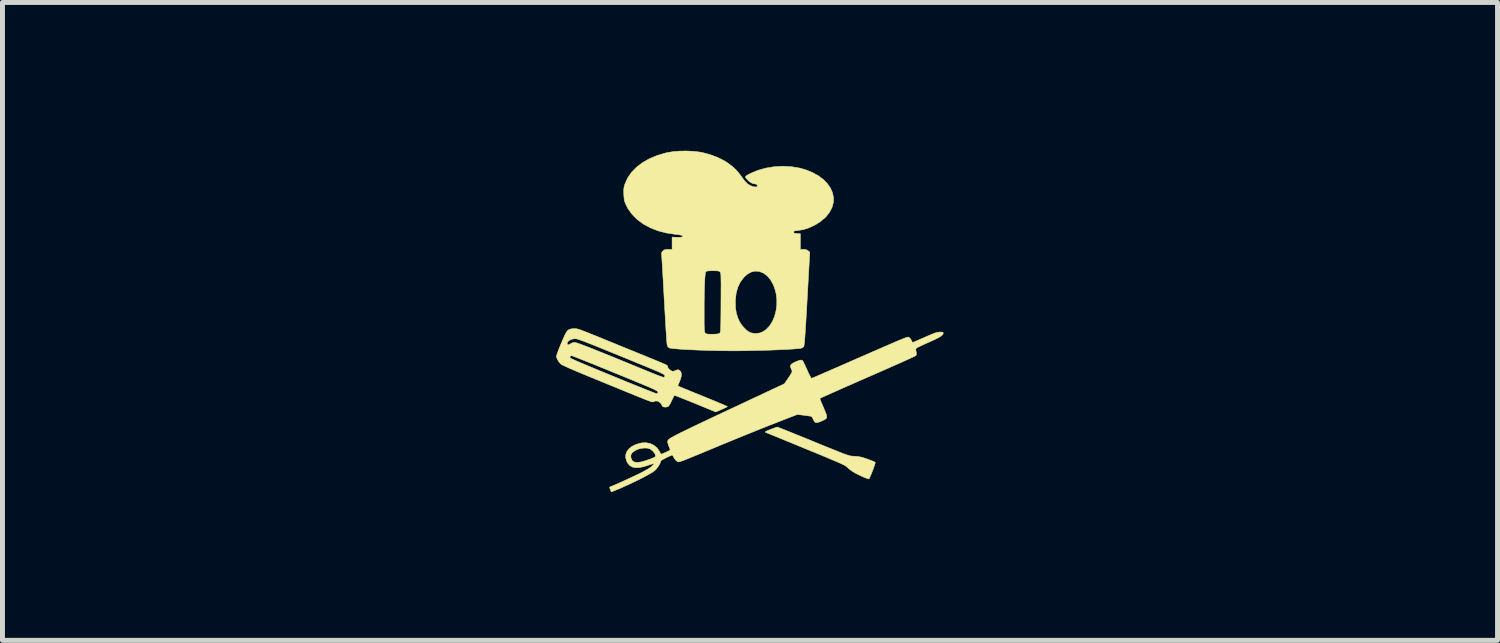
<source format=kicad_pcb>
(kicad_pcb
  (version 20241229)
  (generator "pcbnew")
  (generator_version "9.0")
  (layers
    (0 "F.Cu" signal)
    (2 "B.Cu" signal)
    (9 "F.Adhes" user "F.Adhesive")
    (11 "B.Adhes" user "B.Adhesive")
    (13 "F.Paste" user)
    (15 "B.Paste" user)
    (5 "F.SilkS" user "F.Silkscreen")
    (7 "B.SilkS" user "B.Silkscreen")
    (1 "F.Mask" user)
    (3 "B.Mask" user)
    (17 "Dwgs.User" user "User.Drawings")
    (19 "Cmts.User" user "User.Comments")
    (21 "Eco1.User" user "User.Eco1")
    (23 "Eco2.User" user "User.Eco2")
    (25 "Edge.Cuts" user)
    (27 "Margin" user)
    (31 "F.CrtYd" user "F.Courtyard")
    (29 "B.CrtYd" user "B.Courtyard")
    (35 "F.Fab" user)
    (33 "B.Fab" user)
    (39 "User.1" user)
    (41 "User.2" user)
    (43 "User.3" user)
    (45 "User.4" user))
  (footprint "kitchen_head_copper"
    (layer "F.Cu")
    (at 12.127 3.446)
    (property "Reference" "kitchen_head_copper" (at 0 0 0) (layer "F.Mask") (effects (font (size 1.524 1.524) (thickness 0.3))))
    (attr through_hole)
    (fp_poly (pts (xy 0.567 2.15) (xy 0.603 2.164) (xy 0.657 2.185) (xy 0.729 2.214) (xy 0.817 2.249) (xy 0.917 2.29) (xy 1.029 2.335) (xy 1.149 2.384) (xy 1.277 2.436) (xy 1.286 2.44) (xy 1.434 2.501) (xy 1.562 2.553) (xy 1.669 2.596) (xy 1.759 2.632) (xy 1.833 2.662) (xy 1.893 2.685) (xy 1.941 2.702) (xy 1.98 2.715) (xy 2.01 2.724) (xy 2.035 2.73) (xy 2.055 2.733) (xy 2.073 2.735) (xy 2.087 2.735) (xy 2.147 2.738) (xy 2.212 2.747) (xy 2.246 2.753) (xy 2.289 2.765) (xy 2.342 2.782) (xy 2.398 2.802) (xy 2.451 2.822) (xy 2.496 2.84) (xy 2.526 2.855) (xy 2.534 2.86) (xy 2.533 2.874) (xy 2.523 2.906) (xy 2.508 2.951) (xy 2.489 3.004) (xy 2.468 3.058) (xy 2.447 3.11) (xy 2.428 3.154) (xy 2.414 3.184) (xy 2.407 3.194) (xy 2.392 3.193) (xy 2.36 3.183) (xy 2.314 3.165) (xy 2.264 3.143) (xy 2.153 3.09) (xy 2.064 3.038) (xy 1.996 2.986) (xy 1.964 2.955) (xy 1.953 2.945) (xy 1.936 2.934) (xy 1.912 2.92) (xy 1.877 2.902) (xy 1.832 2.881) (xy 1.774 2.855) (xy 1.701 2.824) (xy 1.613 2.787) (xy 1.507 2.742) (xy 1.382 2.69) (xy 1.236 2.63) (xy 1.131 2.587) (xy 0.996 2.532) (xy 0.868 2.479) (xy 0.747 2.43) (xy 0.638 2.385) (xy 0.541 2.345) (xy 0.458 2.311) (xy 0.392 2.284) (xy 0.345 2.265) (xy 0.318 2.254) (xy 0.313 2.252) (xy 0.307 2.246) (xy 0.319 2.235) (xy 0.349 2.22) (xy 0.402 2.199) (xy 0.414 2.194) (xy 0.467 2.174) (xy 0.512 2.158) (xy 0.543 2.148) (xy 0.553 2.145) (xy 0.567 2.15)) (stroke (width 0.01) (type solid)) (fill yes) (layer "F.SilkS"))
    (fp_poly (pts (xy -3.535 0.154) (xy -3.515 0.156) (xy -3.492 0.161) (xy -3.464 0.169) (xy -3.427 0.181) (xy -3.38 0.199) (xy -3.32 0.222) (xy -3.246 0.251) (xy -3.155 0.288) (xy -3.045 0.332) (xy -2.914 0.386) (xy -2.9 0.392) (xy -2.771 0.444) (xy -2.638 0.499) (xy -2.505 0.553) (xy -2.377 0.605) (xy -2.257 0.654) (xy -2.149 0.698) (xy -2.058 0.735) (xy -2.003 0.758) (xy -1.92 0.792) (xy -1.844 0.823) (xy -1.779 0.851) (xy -1.728 0.873) (xy -1.695 0.888) (xy -1.682 0.894) (xy -1.668 0.916) (xy -1.666 0.929) (xy -1.656 0.953) (xy -1.631 0.981) (xy -1.599 1.004) (xy -1.569 1.017) (xy -1.563 1.018) (xy -1.534 1.012) (xy -1.5 0.998) (xy -1.466 0.986) (xy -1.439 0.991) (xy -1.437 0.992) (xy -1.404 1.02) (xy -1.389 1.061) (xy -1.391 1.116) (xy -1.411 1.187) (xy -1.424 1.22) (xy -1.462 1.312) (xy -1.396 1.341) (xy -1.369 1.352) (xy -1.321 1.372) (xy -1.256 1.398) (xy -1.177 1.431) (xy -1.088 1.468) (xy -0.99 1.507) (xy -0.894 1.546) (xy -0.795 1.587) (xy -0.704 1.624) (xy -0.624 1.658) (xy -0.556 1.686) (xy -0.505 1.709) (xy -0.471 1.724) (xy -0.458 1.731) (xy -0.458 1.731) (xy -0.469 1.739) (xy -0.498 1.754) (xy -0.541 1.774) (xy -0.576 1.789) (xy -0.694 1.84) (xy -1.107 1.67) (xy -1.204 1.631) (xy -1.292 1.595) (xy -1.371 1.564) (xy -1.437 1.538) (xy -1.487 1.519) (xy -1.519 1.507) (xy -1.53 1.504) (xy -1.539 1.517) (xy -1.555 1.547) (xy -1.575 1.589) (xy -1.583 1.607) (xy -1.606 1.655) (xy -1.628 1.695) (xy -1.646 1.72) (xy -1.649 1.724) (xy -1.681 1.739) (xy -1.718 1.742) (xy -1.752 1.737) (xy -1.775 1.723) (xy -1.781 1.708) (xy -1.789 1.688) (xy -1.81 1.661) (xy -1.818 1.653) (xy -1.862 1.622) (xy -1.909 1.617) (xy -1.951 1.63) (xy -1.956 1.632) (xy -1.96 1.635) (xy -1.964 1.637) (xy -1.97 1.637) (xy -1.98 1.636) (xy -1.994 1.632) (xy -2.015 1.626) (xy -2.043 1.616) (xy -2.08 1.602) (xy -2.127 1.584) (xy -2.186 1.56) (xy -2.258 1.532) (xy -2.344 1.497) (xy -2.446 1.455) (xy -2.566 1.406) (xy -2.704 1.349) (xy -2.862 1.285) (xy -3.042 1.211) (xy -3.141 1.17) (xy -3.307 1.102) (xy -3.45 1.043) (xy -3.57 0.992) (xy -3.667 0.95) (xy -3.741 0.916) (xy -3.794 0.891) (xy -3.825 0.873) (xy -3.832 0.868) (xy -3.868 0.826) (xy -3.896 0.779) (xy -3.914 0.733) (xy -3.914 0.733) (xy -3.644 0.733) (xy -3.638 0.75) (xy -3.625 0.757) (xy -3.59 0.773) (xy -3.537 0.797) (xy -3.466 0.828) (xy -3.381 0.864) (xy -3.284 0.905) (xy -3.176 0.95) (xy -3.061 0.998) (xy -2.94 1.048) (xy -2.816 1.099) (xy -2.691 1.15) (xy -2.568 1.201) (xy -2.447 1.25) (xy -2.333 1.296) (xy -2.226 1.339) (xy -2.13 1.378) (xy -2.046 1.411) (xy -1.978 1.438) (xy -1.926 1.458) (xy -1.893 1.469) (xy -1.882 1.472) (xy -1.867 1.458) (xy -1.863 1.438) (xy -1.865 1.432) (xy -1.869 1.425) (xy -1.879 1.417) (xy -1.895 1.407) (xy -1.919 1.394) (xy -1.953 1.377) (xy -1.998 1.357) (xy -2.056 1.331) (xy -2.129 1.301) (xy -2.218 1.264) (xy -2.324 1.22) (xy -2.449 1.168) (xy -2.595 1.108) (xy -2.728 1.054) (xy -2.869 0.996) (xy -3.004 0.941) (xy -3.129 0.89) (xy -3.245 0.844) (xy -3.348 0.802) (xy -3.437 0.767) (xy -3.51 0.738) (xy -3.566 0.717) (xy -3.601 0.704) (xy -3.614 0.7) (xy -3.636 0.71) (xy -3.644 0.733) (xy -3.914 0.733) (xy -3.917 0.71) (xy -3.912 0.689) (xy -3.898 0.65) (xy -3.878 0.595) (xy -3.852 0.529) (xy -3.822 0.456) (xy -3.821 0.452) (xy -3.701 0.452) (xy -3.694 0.477) (xy -3.673 0.482) (xy -3.64 0.466) (xy -3.628 0.458) (xy -3.588 0.438) (xy -3.548 0.432) (xy -3.534 0.435) (xy -3.51 0.441) (xy -3.474 0.453) (xy -3.427 0.47) (xy -3.366 0.493) (xy -3.29 0.522) (xy -3.2 0.557) (xy -3.093 0.6) (xy -2.969 0.65) (xy -2.827 0.707) (xy -2.665 0.773) (xy -2.483 0.848) (xy -2.28 0.931) (xy -2.054 1.024) (xy -2.035 1.032) (xy -1.956 1.064) (xy -1.885 1.092) (xy -1.824 1.115) (xy -1.778 1.131) (xy -1.749 1.14) (xy -1.743 1.141) (xy -1.728 1.128) (xy -1.723 1.108) (xy -1.725 1.1) (xy -1.73 1.092) (xy -1.742 1.082) (xy -1.761 1.071) (xy -1.791 1.056) (xy -1.832 1.036) (xy -1.887 1.012) (xy -1.958 0.982) (xy -2.047 0.945) (xy -2.156 0.9) (xy -2.277 0.851) (xy -2.472 0.77) (xy -2.646 0.699) (xy -2.799 0.637) (xy -2.933 0.582) (xy -3.048 0.535) (xy -3.148 0.495) (xy -3.232 0.462) (xy -3.303 0.434) (xy -3.361 0.411) (xy -3.408 0.394) (xy -3.447 0.38) (xy -3.477 0.371) (xy -3.5 0.364) (xy -3.519 0.36) (xy -3.534 0.358) (xy -3.546 0.358) (xy -3.557 0.359) (xy -3.561 0.359) (xy -3.616 0.371) (xy -3.661 0.393) (xy -3.691 0.423) (xy -3.701 0.452) (xy -3.821 0.452) (xy -3.818 0.446) (xy -3.78 0.357) (xy -3.75 0.289) (xy -3.724 0.239) (xy -3.699 0.203) (xy -3.675 0.18) (xy -3.648 0.167) (xy -3.615 0.159) (xy -3.575 0.155) (xy -3.571 0.155) (xy -3.552 0.154) (xy -3.535 0.154)) (stroke (width 0.01) (type solid)) (fill yes) (layer "F.SilkS"))
    (fp_poly (pts (xy -1.16 -3.435) (xy -1.037 -3.422) (xy -0.967 -3.41) (xy -0.812 -3.369) (xy -0.662 -3.313) (xy -0.526 -3.245) (xy -0.463 -3.206) (xy -0.363 -3.133) (xy -0.277 -3.053) (xy -0.199 -2.959) (xy -0.156 -2.898) (xy -0.105 -2.831) (xy -0.055 -2.78) (xy -0.032 -2.763) (xy 0.015 -2.737) (xy 0.063 -2.72) (xy 0.106 -2.712) (xy 0.136 -2.715) (xy 0.143 -2.72) (xy 0.151 -2.741) (xy 0.14 -2.762) (xy 0.114 -2.772) (xy 0.108 -2.773) (xy 0.047 -2.785) (xy -0.013 -2.821) (xy -0.056 -2.862) (xy -0.08 -2.89) (xy -0.092 -2.911) (xy -0.089 -2.927) (xy -0.068 -2.945) (xy -0.029 -2.967) (xy 0.006 -2.985) (xy 0.154 -3.048) (xy 0.317 -3.094) (xy 0.488 -3.122) (xy 0.663 -3.132) (xy 0.837 -3.123) (xy 1.005 -3.095) (xy 1.128 -3.06) (xy 1.266 -3.004) (xy 1.386 -2.937) (xy 1.487 -2.861) (xy 1.568 -2.777) (xy 1.629 -2.688) (xy 1.67 -2.593) (xy 1.689 -2.496) (xy 1.686 -2.398) (xy 1.66 -2.3) (xy 1.611 -2.204) (xy 1.538 -2.112) (xy 1.52 -2.093) (xy 1.426 -2.014) (xy 1.319 -1.946) (xy 1.204 -1.891) (xy 1.088 -1.852) (xy 0.979 -1.833) (xy 0.93 -1.828) (xy 0.902 -1.823) (xy 0.888 -1.815) (xy 0.884 -1.802) (xy 0.884 -1.8) (xy 0.888 -1.784) (xy 0.903 -1.776) (xy 0.935 -1.772) (xy 0.951 -1.77) (xy 1.018 -1.767) (xy 1.018 -1.45) (xy 1.08 -1.45) (xy 1.129 -1.446) (xy 1.165 -1.43) (xy 1.176 -1.421) (xy 1.209 -1.393) (xy 1.157 -0.452) (xy 1.147 -0.264) (xy 1.137 -0.101) (xy 1.129 0.039) (xy 1.121 0.159) (xy 1.115 0.258) (xy 1.109 0.34) (xy 1.104 0.404) (xy 1.099 0.452) (xy 1.094 0.487) (xy 1.09 0.508) (xy 1.087 0.518) (xy 1.061 0.54) (xy 1.027 0.552) (xy 0.988 0.557) (xy 0.928 0.562) (xy 0.851 0.568) (xy 0.761 0.573) (xy 0.661 0.578) (xy 0.557 0.583) (xy 0.452 0.587) (xy 0.35 0.591) (xy 0.318 0.591) (xy 0.161 0.595) (xy 0.026 0.598) (xy -0.092 0.601) (xy -0.197 0.602) (xy -0.293 0.603) (xy -0.384 0.603) (xy -0.474 0.602) (xy -0.568 0.601) (xy -0.669 0.599) (xy -0.744 0.597) (xy -0.89 0.593) (xy -1.03 0.589) (xy -1.161 0.583) (xy -1.281 0.577) (xy -1.388 0.571) (xy -1.478 0.564) (xy -1.551 0.558) (xy -1.603 0.551) (xy -1.631 0.545) (xy -1.66 0.524) (xy -1.677 0.485) (xy -1.677 0.485) (xy -1.68 0.465) (xy -1.684 0.421) (xy -1.689 0.357) (xy -1.694 0.273) (xy -1.701 0.174) (xy -1.708 0.06) (xy -1.715 -0.066) (xy -1.72 -0.148) (xy -0.928 -0.148) (xy -0.928 -0.04) (xy -0.928 0.045) (xy -0.927 0.111) (xy -0.925 0.16) (xy -0.922 0.194) (xy -0.919 0.218) (xy -0.914 0.233) (xy -0.908 0.243) (xy -0.907 0.244) (xy -0.893 0.255) (xy -0.872 0.262) (xy -0.838 0.266) (xy -0.786 0.267) (xy -0.764 0.267) (xy -0.694 0.265) (xy -0.647 0.26) (xy -0.619 0.251) (xy -0.616 0.249) (xy -0.61 0.244) (xy -0.606 0.236) (xy -0.602 0.224) (xy -0.598 0.205) (xy -0.596 0.177) (xy -0.594 0.137) (xy -0.592 0.084) (xy -0.591 0.016) (xy -0.59 -0.071) (xy -0.589 -0.178) (xy -0.588 -0.307) (xy -0.588 -0.369) (xy -0.588 -0.375) (xy -0.297 -0.375) (xy -0.293 -0.26) (xy -0.277 -0.16) (xy -0.248 -0.067) (xy -0.214 0.01) (xy -0.179 0.067) (xy -0.132 0.125) (xy -0.081 0.176) (xy -0.03 0.216) (xy 0.014 0.238) (xy 0.1 0.253) (xy 0.185 0.245) (xy 0.251 0.222) (xy 0.33 0.169) (xy 0.398 0.096) (xy 0.454 0.007) (xy 0.497 -0.095) (xy 0.526 -0.207) (xy 0.542 -0.324) (xy 0.542 -0.444) (xy 0.526 -0.564) (xy 0.494 -0.678) (xy 0.467 -0.742) (xy 0.415 -0.834) (xy 0.357 -0.905) (xy 0.29 -0.958) (xy 0.266 -0.972) (xy 0.185 -1.004) (xy 0.103 -1.01) (xy 0.023 -0.991) (xy -0.054 -0.948) (xy -0.124 -0.885) (xy -0.196 -0.79) (xy -0.248 -0.682) (xy -0.281 -0.561) (xy -0.296 -0.423) (xy -0.297 -0.375) (xy -0.588 -0.375) (xy -0.587 -0.509) (xy -0.587 -0.626) (xy -0.586 -0.722) (xy -0.587 -0.799) (xy -0.588 -0.859) (xy -0.589 -0.905) (xy -0.591 -0.939) (xy -0.594 -0.962) (xy -0.597 -0.978) (xy -0.601 -0.988) (xy -0.606 -0.994) (xy -0.62 -1.005) (xy -0.64 -1.012) (xy -0.673 -1.016) (xy -0.723 -1.017) (xy -0.751 -1.018) (xy -0.817 -1.016) (xy -0.861 -1.012) (xy -0.887 -1.004) (xy -0.894 -1) (xy -0.902 -0.979) (xy -0.908 -0.933) (xy -0.914 -0.863) (xy -0.919 -0.769) (xy -0.923 -0.653) (xy -0.926 -0.514) (xy -0.928 -0.353) (xy -0.928 -0.171) (xy -0.928 -0.148) (xy -1.72 -0.148) (xy -1.723 -0.202) (xy -1.731 -0.346) (xy -1.735 -0.413) (xy -1.743 -0.56) (xy -1.751 -0.7) (xy -1.758 -0.832) (xy -1.765 -0.953) (xy -1.771 -1.062) (xy -1.777 -1.154) (xy -1.782 -1.23) (xy -1.785 -1.285) (xy -1.788 -1.318) (xy -1.788 -1.325) (xy -1.791 -1.365) (xy -1.785 -1.391) (xy -1.767 -1.414) (xy -1.763 -1.418) (xy -1.74 -1.436) (xy -1.714 -1.446) (xy -1.676 -1.45) (xy -1.654 -1.45) (xy -1.577 -1.45) (xy -1.577 -1.698) (xy -1.481 -1.694) (xy -1.424 -1.693) (xy -1.385 -1.697) (xy -1.37 -1.703) (xy -1.362 -1.717) (xy -1.371 -1.728) (xy -1.398 -1.738) (xy -1.446 -1.747) (xy -1.517 -1.755) (xy -1.697 -1.783) (xy -1.866 -1.827) (xy -2.02 -1.888) (xy -2.16 -1.964) (xy -2.281 -2.053) (xy -2.384 -2.156) (xy -2.467 -2.27) (xy -2.494 -2.321) (xy -2.519 -2.373) (xy -2.535 -2.414) (xy -2.545 -2.452) (xy -2.55 -2.497) (xy -2.554 -2.558) (xy -2.554 -2.56) (xy -2.556 -2.624) (xy -2.554 -2.671) (xy -2.549 -2.711) (xy -2.538 -2.752) (xy -2.528 -2.78) (xy -2.473 -2.901) (xy -2.395 -3.012) (xy -2.296 -3.113) (xy -2.178 -3.204) (xy -2.041 -3.282) (xy -1.887 -3.347) (xy -1.719 -3.398) (xy -1.666 -3.41) (xy -1.555 -3.428) (xy -1.428 -3.438) (xy -1.293 -3.441) (xy -1.16 -3.435)) (stroke (width 0.01) (type solid)) (fill yes) (layer "F.SilkS"))
    (fp_poly (pts (xy 3.881 0.224) (xy 3.902 0.228) (xy 3.909 0.238) (xy 3.909 0.248) (xy 3.903 0.268) (xy 3.885 0.289) (xy 3.855 0.312) (xy 3.809 0.339) (xy 3.745 0.371) (xy 3.661 0.41) (xy 3.59 0.441) (xy 3.506 0.479) (xy 3.443 0.508) (xy 3.399 0.53) (xy 3.371 0.547) (xy 3.357 0.56) (xy 3.354 0.569) (xy 3.357 0.596) (xy 3.364 0.634) (xy 3.364 0.637) (xy 3.367 0.676) (xy 3.355 0.701) (xy 3.34 0.709) (xy 3.304 0.726) (xy 3.249 0.752) (xy 3.175 0.785) (xy 3.085 0.826) (xy 2.981 0.872) (xy 2.863 0.924) (xy 2.735 0.981) (xy 2.598 1.041) (xy 2.453 1.105) (xy 2.374 1.139) (xy 2.227 1.203) (xy 2.086 1.265) (xy 1.954 1.323) (xy 1.832 1.377) (xy 1.723 1.426) (xy 1.627 1.468) (xy 1.546 1.505) (xy 1.483 1.533) (xy 1.439 1.554) (xy 1.416 1.566) (xy 1.412 1.568) (xy 1.417 1.583) (xy 1.43 1.616) (xy 1.45 1.664) (xy 1.475 1.723) (xy 1.489 1.755) (xy 1.52 1.83) (xy 1.542 1.885) (xy 1.552 1.925) (xy 1.551 1.954) (xy 1.538 1.975) (xy 1.513 1.993) (xy 1.477 2.011) (xy 1.467 2.015) (xy 1.405 2.042) (xy 1.36 2.055) (xy 1.328 2.054) (xy 1.305 2.037) (xy 1.286 2.005) (xy 1.276 1.983) (xy 1.261 1.951) (xy 1.245 1.932) (xy 1.242 1.93) (xy 1.224 1.926) (xy 1.186 1.92) (xy 1.136 1.913) (xy 1.093 1.907) (xy 0.958 1.891) (xy 0.749 1.971) (xy 0.588 2.034) (xy 0.408 2.105) (xy 0.212 2.182) (xy 0.007 2.265) (xy -0.206 2.351) (xy -0.42 2.439) (xy -0.598 2.512) (xy -0.758 2.579) (xy -0.897 2.637) (xy -1.015 2.686) (xy -1.115 2.727) (xy -1.198 2.761) (xy -1.266 2.789) (xy -1.32 2.81) (xy -1.363 2.826) (xy -1.395 2.838) (xy -1.419 2.845) (xy -1.436 2.849) (xy -1.448 2.85) (xy -1.457 2.848) (xy -1.463 2.845) (xy -1.47 2.84) (xy -1.478 2.836) (xy -1.481 2.834) (xy -1.506 2.814) (xy -1.531 2.781) (xy -1.54 2.764) (xy -1.558 2.732) (xy -1.572 2.714) (xy -1.576 2.712) (xy -1.642 2.74) (xy -1.702 2.769) (xy -1.752 2.795) (xy -1.787 2.816) (xy -1.805 2.83) (xy -1.806 2.833) (xy -1.814 2.865) (xy -1.836 2.908) (xy -1.866 2.955) (xy -1.901 2.999) (xy -1.925 3.024) (xy -1.957 3.048) (xy -2.01 3.081) (xy -2.079 3.12) (xy -2.162 3.164) (xy -2.254 3.211) (xy -2.352 3.259) (xy -2.454 3.307) (xy -2.556 3.353) (xy -2.653 3.396) (xy -2.744 3.433) (xy -2.744 3.433) (xy -2.808 3.458) (xy -2.827 3.408) (xy -2.839 3.377) (xy -2.839 3.361) (xy -2.828 3.353) (xy -2.819 3.35) (xy -2.79 3.339) (xy -2.741 3.319) (xy -2.678 3.291) (xy -2.602 3.258) (xy -2.52 3.22) (xy -2.433 3.18) (xy -2.347 3.139) (xy -2.264 3.1) (xy -2.251 3.094) (xy -2.153 3.044) (xy -2.072 2.998) (xy -2.01 2.958) (xy -1.968 2.923) (xy -1.948 2.896) (xy -1.946 2.888) (xy -1.957 2.887) (xy -1.986 2.894) (xy -2.026 2.907) (xy -2.032 2.909) (xy -2.144 2.945) (xy -2.239 2.965) (xy -2.318 2.968) (xy -2.383 2.954) (xy -2.435 2.923) (xy -2.476 2.874) (xy -2.49 2.849) (xy -2.514 2.777) (xy -2.515 2.724) (xy -2.413 2.724) (xy -2.409 2.773) (xy -2.387 2.819) (xy -2.377 2.832) (xy -2.337 2.855) (xy -2.279 2.862) (xy -2.202 2.851) (xy -2.111 2.825) (xy -2.035 2.799) (xy -1.981 2.779) (xy -1.945 2.763) (xy -1.923 2.749) (xy -1.913 2.737) (xy -1.912 2.723) (xy -1.914 2.712) (xy -1.934 2.671) (xy -1.97 2.628) (xy -2.015 2.593) (xy -2.028 2.586) (xy -2.075 2.572) (xy -2.137 2.57) (xy -2.204 2.577) (xy -2.27 2.595) (xy -2.312 2.614) (xy -2.352 2.639) (xy -2.385 2.666) (xy -2.399 2.681) (xy -2.413 2.724) (xy -2.515 2.724) (xy -2.515 2.708) (xy -2.493 2.643) (xy -2.449 2.585) (xy -2.386 2.535) (xy -2.304 2.496) (xy -2.205 2.468) (xy -2.197 2.467) (xy -2.107 2.462) (xy -2.022 2.478) (xy -1.945 2.515) (xy -1.88 2.568) (xy -1.833 2.638) (xy -1.825 2.655) (xy -1.808 2.683) (xy -1.793 2.693) (xy -1.79 2.693) (xy -1.733 2.669) (xy -1.683 2.646) (xy -1.643 2.626) (xy -1.62 2.612) (xy -1.615 2.607) (xy -1.62 2.59) (xy -1.632 2.559) (xy -1.641 2.537) (xy -1.656 2.497) (xy -1.665 2.46) (xy -1.666 2.448) (xy -1.666 2.439) (xy -1.666 2.43) (xy -1.664 2.422) (xy -1.659 2.413) (xy -1.651 2.403) (xy -1.638 2.391) (xy -1.619 2.377) (xy -1.594 2.361) (xy -1.56 2.342) (xy -1.518 2.319) (xy -1.465 2.292) (xy -1.402 2.26) (xy -1.327 2.223) (xy -1.238 2.18) (xy -1.135 2.13) (xy -1.017 2.074) (xy -0.883 2.011) (xy -0.732 1.939) (xy -0.562 1.859) (xy -0.372 1.77) (xy -0.162 1.672) (xy 0.069 1.563) (xy 0.173 1.515) (xy 0.696 1.269) (xy 0.774 1.156) (xy 0.806 1.108) (xy 0.832 1.066) (xy 0.848 1.035) (xy 0.852 1.023) (xy 0.847 0.999) (xy 0.833 0.967) (xy 0.832 0.965) (xy 0.818 0.927) (xy 0.82 0.896) (xy 0.842 0.869) (xy 0.886 0.843) (xy 0.916 0.829) (xy 0.974 0.804) (xy 1.015 0.792) (xy 1.043 0.791) (xy 1.063 0.801) (xy 1.067 0.806) (xy 1.077 0.824) (xy 1.095 0.86) (xy 1.119 0.91) (xy 1.146 0.97) (xy 1.157 0.994) (xy 1.184 1.054) (xy 1.209 1.104) (xy 1.229 1.14) (xy 1.241 1.159) (xy 1.244 1.161) (xy 1.258 1.155) (xy 1.293 1.141) (xy 1.346 1.118) (xy 1.415 1.088) (xy 1.498 1.052) (xy 1.592 1.011) (xy 1.694 0.967) (xy 1.764 0.937) (xy 1.975 0.844) (xy 2.164 0.761) (xy 2.333 0.688) (xy 2.482 0.622) (xy 2.612 0.566) (xy 2.726 0.516) (xy 2.824 0.474) (xy 2.907 0.438) (xy 2.976 0.408) (xy 3.034 0.384) (xy 3.08 0.365) (xy 3.117 0.35) (xy 3.146 0.339) (xy 3.167 0.332) (xy 3.183 0.327) (xy 3.194 0.325) (xy 3.201 0.325) (xy 3.207 0.326) (xy 3.211 0.328) (xy 3.214 0.33) (xy 3.24 0.35) (xy 3.261 0.383) (xy 3.263 0.388) (xy 3.278 0.417) (xy 3.29 0.432) (xy 3.292 0.432) (xy 3.307 0.428) (xy 3.34 0.414) (xy 3.39 0.393) (xy 3.452 0.366) (xy 3.523 0.335) (xy 3.537 0.328) (xy 3.621 0.292) (xy 3.686 0.264) (xy 3.736 0.245) (xy 3.774 0.233) (xy 3.806 0.226) (xy 3.834 0.224) (xy 3.841 0.223) (xy 3.881 0.224)) (stroke (width 0.01) (type solid)) (fill yes) (layer "F.SilkS")))
  (gr_rect
    (start -3 -3)
    (end 27.253 9.908)
    (stroke (width 0.1) (type default))
    (fill no)
    (layer "Edge.Cuts")))
</source>
